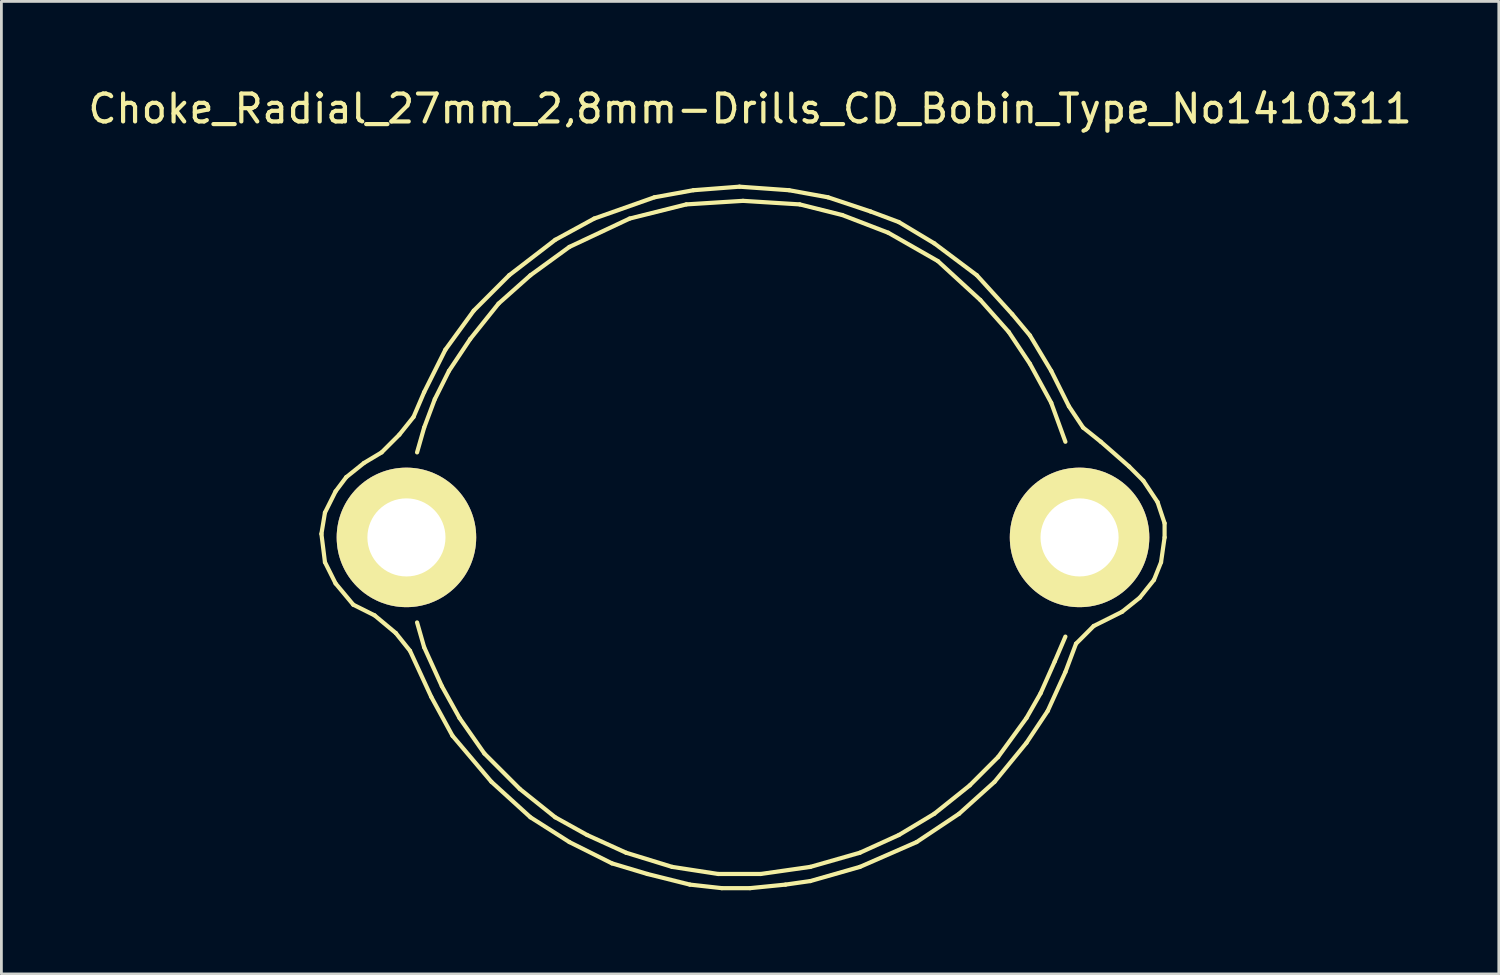
<source format=kicad_pcb>
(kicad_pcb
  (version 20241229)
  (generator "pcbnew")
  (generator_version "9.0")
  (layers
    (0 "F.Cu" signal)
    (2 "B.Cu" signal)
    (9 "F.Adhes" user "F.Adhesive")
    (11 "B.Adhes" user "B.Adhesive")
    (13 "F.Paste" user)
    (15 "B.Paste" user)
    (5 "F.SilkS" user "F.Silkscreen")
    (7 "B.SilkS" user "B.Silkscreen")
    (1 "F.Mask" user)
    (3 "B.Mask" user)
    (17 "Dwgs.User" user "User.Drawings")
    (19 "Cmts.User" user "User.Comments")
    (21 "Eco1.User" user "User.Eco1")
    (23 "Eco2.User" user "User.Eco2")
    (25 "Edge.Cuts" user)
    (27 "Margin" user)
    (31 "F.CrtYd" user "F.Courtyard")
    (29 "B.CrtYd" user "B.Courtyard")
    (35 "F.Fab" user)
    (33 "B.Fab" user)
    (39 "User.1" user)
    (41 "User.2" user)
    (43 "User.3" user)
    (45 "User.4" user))
  (footprint "Choke_Radial_27mm_2,8mm-Drills_CD_Bobin_Type_No1410311"
    (layer "F.Cu")
    (at 23.585 16.215)
    (property "Reference" "Choke_Radial_27mm_2,8mm-Drills_CD_Bobin_Type_No1410311" (at 0.254 -15.367 0) (layer "F.SilkS") (effects (font (size 1 1) (thickness 0.15))))
    (attr through_hole)
    (fp_line (start -15.113 -0.127) (end -14.986 -0.889) (stroke (width 0.15) (type solid)) (layer "F.SilkS"))
    (fp_line (start -14.986 -0.889) (end -14.605 -1.651) (stroke (width 0.15) (type solid)) (layer "F.SilkS"))
    (fp_line (start -14.986 0.889) (end -15.113 -0.127) (stroke (width 0.15) (type solid)) (layer "F.SilkS"))
    (fp_line (start -14.605 -1.651) (end -14.224 -2.159) (stroke (width 0.15) (type solid)) (layer "F.SilkS"))
    (fp_line (start -14.605 1.651) (end -14.986 0.889) (stroke (width 0.15) (type solid)) (layer "F.SilkS"))
    (fp_line (start -14.224 -2.159) (end -13.589 -2.667) (stroke (width 0.15) (type solid)) (layer "F.SilkS"))
    (fp_line (start -13.97 2.413) (end -14.605 1.651) (stroke (width 0.15) (type solid)) (layer "F.SilkS"))
    (fp_line (start -13.589 -2.667) (end -12.954 -3.048) (stroke (width 0.15) (type solid)) (layer "F.SilkS"))
    (fp_line (start -13.208 2.794) (end -13.97 2.413) (stroke (width 0.15) (type solid)) (layer "F.SilkS"))
    (fp_line (start -12.954 -3.048) (end -12.319 -3.683) (stroke (width 0.15) (type solid)) (layer "F.SilkS"))
    (fp_line (start -12.446 3.429) (end -13.208 2.794) (stroke (width 0.15) (type solid)) (layer "F.SilkS"))
    (fp_line (start -12.319 -3.683) (end -11.811 -4.318) (stroke (width 0.15) (type solid)) (layer "F.SilkS"))
    (fp_line (start -11.938 4.064) (end -12.446 3.429) (stroke (width 0.15) (type solid)) (layer "F.SilkS"))
    (fp_line (start -11.811 -4.318) (end -11.43 -5.207) (stroke (width 0.15) (type solid)) (layer "F.SilkS"))
    (fp_line (start -11.684 -3.048) (end -11.43 -3.937) (stroke (width 0.15) (type solid)) (layer "F.SilkS"))
    (fp_line (start -11.43 -5.207) (end -10.668 -6.731) (stroke (width 0.15) (type solid)) (layer "F.SilkS"))
    (fp_line (start -11.43 -3.937) (end -11.049 -4.953) (stroke (width 0.15) (type solid)) (layer "F.SilkS"))
    (fp_line (start -11.43 3.937) (end -11.684 3.048) (stroke (width 0.15) (type solid)) (layer "F.SilkS"))
    (fp_line (start -11.176 5.715) (end -11.938 4.064) (stroke (width 0.15) (type solid)) (layer "F.SilkS"))
    (fp_line (start -11.049 -4.953) (end -10.541 -5.969) (stroke (width 0.15) (type solid)) (layer "F.SilkS"))
    (fp_line (start -10.795 5.334) (end -11.43 3.937) (stroke (width 0.15) (type solid)) (layer "F.SilkS"))
    (fp_line (start -10.668 -6.731) (end -9.652 -8.128) (stroke (width 0.15) (type solid)) (layer "F.SilkS"))
    (fp_line (start -10.541 -5.969) (end -9.779 -7.112) (stroke (width 0.15) (type solid)) (layer "F.SilkS"))
    (fp_line (start -10.414 7.112) (end -11.176 5.715) (stroke (width 0.15) (type solid)) (layer "F.SilkS"))
    (fp_line (start -10.16 6.477) (end -10.795 5.334) (stroke (width 0.15) (type solid)) (layer "F.SilkS"))
    (fp_line (start -9.779 -7.112) (end -8.763 -8.382) (stroke (width 0.15) (type solid)) (layer "F.SilkS"))
    (fp_line (start -9.652 -8.128) (end -8.382 -9.398) (stroke (width 0.15) (type solid)) (layer "F.SilkS"))
    (fp_line (start -9.271 7.747) (end -10.16 6.477) (stroke (width 0.15) (type solid)) (layer "F.SilkS"))
    (fp_line (start -9.017 8.763) (end -10.414 7.112) (stroke (width 0.15) (type solid)) (layer "F.SilkS"))
    (fp_line (start -8.763 -8.382) (end -7.62 -9.398) (stroke (width 0.15) (type solid)) (layer "F.SilkS"))
    (fp_line (start -8.382 -9.398) (end -6.731 -10.668) (stroke (width 0.15) (type solid)) (layer "F.SilkS"))
    (fp_line (start -8.001 9.017) (end -9.271 7.747) (stroke (width 0.15) (type solid)) (layer "F.SilkS"))
    (fp_line (start -7.62 -9.398) (end -6.223 -10.414) (stroke (width 0.15) (type solid)) (layer "F.SilkS"))
    (fp_line (start -7.62 10.033) (end -9.017 8.763) (stroke (width 0.15) (type solid)) (layer "F.SilkS"))
    (fp_line (start -6.731 -10.668) (end -5.334 -11.43) (stroke (width 0.15) (type solid)) (layer "F.SilkS"))
    (fp_line (start -6.731 10.033) (end -8.001 9.017) (stroke (width 0.15) (type solid)) (layer "F.SilkS"))
    (fp_line (start -6.223 -10.414) (end -4.064 -11.43) (stroke (width 0.15) (type solid)) (layer "F.SilkS"))
    (fp_line (start -6.223 10.922) (end -7.62 10.033) (stroke (width 0.15) (type solid)) (layer "F.SilkS"))
    (fp_line (start -5.588 10.668) (end -6.731 10.033) (stroke (width 0.15) (type solid)) (layer "F.SilkS"))
    (fp_line (start -5.334 -11.43) (end -3.175 -12.192) (stroke (width 0.15) (type solid)) (layer "F.SilkS"))
    (fp_line (start -4.699 11.684) (end -6.223 10.922) (stroke (width 0.15) (type solid)) (layer "F.SilkS"))
    (fp_line (start -4.191 11.303) (end -5.588 10.668) (stroke (width 0.15) (type solid)) (layer "F.SilkS"))
    (fp_line (start -4.064 -11.43) (end -2.032 -11.938) (stroke (width 0.15) (type solid)) (layer "F.SilkS"))
    (fp_line (start -3.429 12.065) (end -4.699 11.684) (stroke (width 0.15) (type solid)) (layer "F.SilkS"))
    (fp_line (start -3.175 -12.192) (end -1.778 -12.446) (stroke (width 0.15) (type solid)) (layer "F.SilkS"))
    (fp_line (start -2.54 11.811) (end -4.191 11.303) (stroke (width 0.15) (type solid)) (layer "F.SilkS"))
    (fp_line (start -2.032 -11.938) (end 0 -12.065) (stroke (width 0.15) (type solid)) (layer "F.SilkS"))
    (fp_line (start -1.905 12.446) (end -3.429 12.065) (stroke (width 0.15) (type solid)) (layer "F.SilkS"))
    (fp_line (start -1.778 -12.446) (end -0.127 -12.573) (stroke (width 0.15) (type solid)) (layer "F.SilkS"))
    (fp_line (start -0.889 12.065) (end -2.54 11.811) (stroke (width 0.15) (type solid)) (layer "F.SilkS"))
    (fp_line (start -0.762 12.573) (end -1.905 12.446) (stroke (width 0.15) (type solid)) (layer "F.SilkS"))
    (fp_line (start -0.127 -12.573) (end 1.651 -12.446) (stroke (width 0.15) (type solid)) (layer "F.SilkS"))
    (fp_line (start 0 -12.065) (end 2.032 -11.938) (stroke (width 0.15) (type solid)) (layer "F.SilkS"))
    (fp_line (start 0.254 12.573) (end -0.762 12.573) (stroke (width 0.15) (type solid)) (layer "F.SilkS"))
    (fp_line (start 0.635 12.065) (end -0.889 12.065) (stroke (width 0.15) (type solid)) (layer "F.SilkS"))
    (fp_line (start 1.524 12.446) (end 0.254 12.573) (stroke (width 0.15) (type solid)) (layer "F.SilkS"))
    (fp_line (start 1.651 -12.446) (end 3.048 -12.192) (stroke (width 0.15) (type solid)) (layer "F.SilkS"))
    (fp_line (start 2.032 -11.938) (end 3.556 -11.557) (stroke (width 0.15) (type solid)) (layer "F.SilkS"))
    (fp_line (start 2.413 11.811) (end 0.635 12.065) (stroke (width 0.15) (type solid)) (layer "F.SilkS"))
    (fp_line (start 2.413 12.319) (end 1.524 12.446) (stroke (width 0.15) (type solid)) (layer "F.SilkS"))
    (fp_line (start 3.048 -12.192) (end 4.572 -11.684) (stroke (width 0.15) (type solid)) (layer "F.SilkS"))
    (fp_line (start 3.556 -11.557) (end 5.207 -10.922) (stroke (width 0.15) (type solid)) (layer "F.SilkS"))
    (fp_line (start 4.191 11.303) (end 2.413 11.811) (stroke (width 0.15) (type solid)) (layer "F.SilkS"))
    (fp_line (start 4.191 11.811) (end 2.413 12.319) (stroke (width 0.15) (type solid)) (layer "F.SilkS"))
    (fp_line (start 4.572 -11.684) (end 5.588 -11.303) (stroke (width 0.15) (type solid)) (layer "F.SilkS"))
    (fp_line (start 5.207 -10.922) (end 6.985 -9.906) (stroke (width 0.15) (type solid)) (layer "F.SilkS"))
    (fp_line (start 5.588 -11.303) (end 6.858 -10.541) (stroke (width 0.15) (type solid)) (layer "F.SilkS"))
    (fp_line (start 5.588 10.668) (end 4.191 11.303) (stroke (width 0.15) (type solid)) (layer "F.SilkS"))
    (fp_line (start 6.223 10.922) (end 4.191 11.811) (stroke (width 0.15) (type solid)) (layer "F.SilkS"))
    (fp_line (start 6.858 -10.541) (end 8.382 -9.398) (stroke (width 0.15) (type solid)) (layer "F.SilkS"))
    (fp_line (start 6.858 9.906) (end 5.588 10.668) (stroke (width 0.15) (type solid)) (layer "F.SilkS"))
    (fp_line (start 6.985 -9.906) (end 8.509 -8.509) (stroke (width 0.15) (type solid)) (layer "F.SilkS"))
    (fp_line (start 7.747 9.906) (end 6.223 10.922) (stroke (width 0.15) (type solid)) (layer "F.SilkS"))
    (fp_line (start 8.128 8.89) (end 6.858 9.906) (stroke (width 0.15) (type solid)) (layer "F.SilkS"))
    (fp_line (start 8.382 -9.398) (end 9.652 -8.001) (stroke (width 0.15) (type solid)) (layer "F.SilkS"))
    (fp_line (start 8.509 -8.509) (end 9.525 -7.366) (stroke (width 0.15) (type solid)) (layer "F.SilkS"))
    (fp_line (start 9.017 8.763) (end 7.747 9.906) (stroke (width 0.15) (type solid)) (layer "F.SilkS"))
    (fp_line (start 9.144 7.874) (end 8.128 8.89) (stroke (width 0.15) (type solid)) (layer "F.SilkS"))
    (fp_line (start 9.525 -7.366) (end 10.287 -6.223) (stroke (width 0.15) (type solid)) (layer "F.SilkS"))
    (fp_line (start 9.652 -8.001) (end 10.287 -7.239) (stroke (width 0.15) (type solid)) (layer "F.SilkS"))
    (fp_line (start 10.16 6.477) (end 9.144 7.874) (stroke (width 0.15) (type solid)) (layer "F.SilkS"))
    (fp_line (start 10.16 7.366) (end 9.017 8.763) (stroke (width 0.15) (type solid)) (layer "F.SilkS"))
    (fp_line (start 10.287 -7.239) (end 11.049 -5.969) (stroke (width 0.15) (type solid)) (layer "F.SilkS"))
    (fp_line (start 10.287 -6.223) (end 11.049 -4.826) (stroke (width 0.15) (type solid)) (layer "F.SilkS"))
    (fp_line (start 10.668 5.588) (end 10.16 6.477) (stroke (width 0.15) (type solid)) (layer "F.SilkS"))
    (fp_line (start 10.922 6.223) (end 10.16 7.366) (stroke (width 0.15) (type solid)) (layer "F.SilkS"))
    (fp_line (start 11.049 -5.969) (end 11.684 -4.699) (stroke (width 0.15) (type solid)) (layer "F.SilkS"))
    (fp_line (start 11.049 -4.826) (end 11.557 -3.429) (stroke (width 0.15) (type solid)) (layer "F.SilkS"))
    (fp_line (start 11.176 4.445) (end 10.668 5.588) (stroke (width 0.15) (type solid)) (layer "F.SilkS"))
    (fp_line (start 11.557 3.556) (end 11.176 4.445) (stroke (width 0.15) (type solid)) (layer "F.SilkS"))
    (fp_line (start 11.557 4.826) (end 10.922 6.223) (stroke (width 0.15) (type solid)) (layer "F.SilkS"))
    (fp_line (start 11.684 -4.699) (end 12.192 -3.937) (stroke (width 0.15) (type solid)) (layer "F.SilkS"))
    (fp_line (start 11.938 3.81) (end 11.557 4.826) (stroke (width 0.15) (type solid)) (layer "F.SilkS"))
    (fp_line (start 12.192 -3.937) (end 12.827 -3.429) (stroke (width 0.15) (type solid)) (layer "F.SilkS"))
    (fp_line (start 12.573 3.175) (end 11.938 3.81) (stroke (width 0.15) (type solid)) (layer "F.SilkS"))
    (fp_line (start 12.827 -3.429) (end 13.843 -2.54) (stroke (width 0.15) (type solid)) (layer "F.SilkS"))
    (fp_line (start 13.589 2.667) (end 12.573 3.175) (stroke (width 0.15) (type solid)) (layer "F.SilkS"))
    (fp_line (start 13.843 -2.54) (end 14.351 -2.032) (stroke (width 0.15) (type solid)) (layer "F.SilkS"))
    (fp_line (start 14.224 2.159) (end 13.589 2.667) (stroke (width 0.15) (type solid)) (layer "F.SilkS"))
    (fp_line (start 14.351 -2.032) (end 14.859 -1.27) (stroke (width 0.15) (type solid)) (layer "F.SilkS"))
    (fp_line (start 14.732 1.524) (end 14.224 2.159) (stroke (width 0.15) (type solid)) (layer "F.SilkS"))
    (fp_line (start 14.859 -1.27) (end 15.113 -0.508) (stroke (width 0.15) (type solid)) (layer "F.SilkS"))
    (fp_line (start 14.986 0.889) (end 14.732 1.524) (stroke (width 0.15) (type solid)) (layer "F.SilkS"))
    (fp_line (start 15.113 -0.508) (end 15.113 0) (stroke (width 0.15) (type solid)) (layer "F.SilkS"))
    (fp_line (start 15.113 0) (end 14.986 0.889) (stroke (width 0.15) (type solid)) (layer "F.SilkS"))
    (pad "1" thru_hole circle (at 12.065 0) (size 5.001 5.001) (drill 2.799) (layers "*.Cu" "*.Mask" "F.SilkS"))
    (pad "2" thru_hole circle (at -12.065 0) (size 5.001 5.001) (drill 2.799) (layers "*.Cu" "*.Mask" "F.SilkS")))
  (gr_rect
    (start -3 -3)
    (end 50.679 31.863)
    (stroke (width 0.1) (type default))
    (fill no)
    (layer "Edge.Cuts")))
</source>
